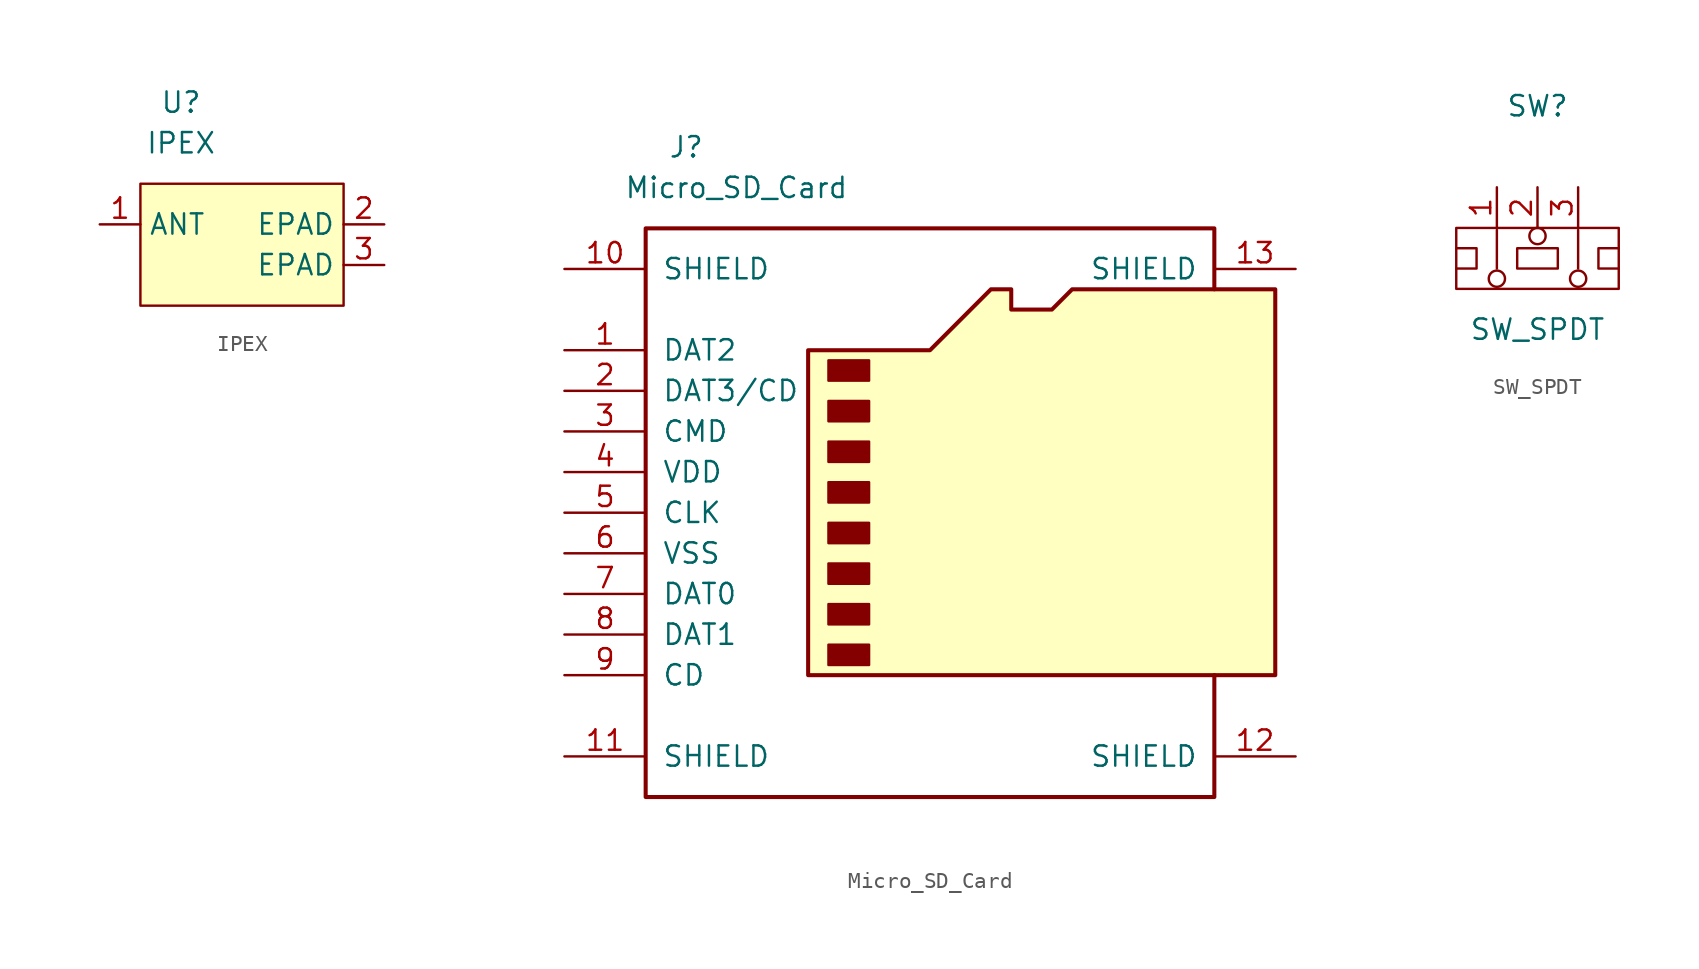
<source format=kicad_sym>
(kicad_symbol_lib
  (version 20211014)
  (generator kicad_symbol_editor)
  (symbol "IPEX"
    (property "Reference" "U"
      (at 5.08 2.54 0)
      (effects (font (size 1.27 1.27))))
    (property "Value" "IPEX"
      (at 5.08 0 0)
      (effects (font (size 1.27 1.27))))
    (symbol "IPEX_0_1"
      (rectangle (start 2.54 -2.54) (end 15.24 -10.16) (stroke (width 0.152) (type default) (color 0 0 0 0)) (fill (type background))))
    (symbol "IPEX_1_1"
      (pin unspecified line (at 0 -5.08 0) (length 2.54) (name "ANT" (effects (font (size 1.27 1.27)))) (number "1" (effects (font (size 1.27 1.27)))))
      (pin unspecified line (at 17.78 -5.08 180) (length 2.54) (name "EPAD" (effects (font (size 1.27 1.27)))) (number "2" (effects (font (size 1.27 1.27)))))
      (pin unspecified line (at 17.78 -7.62 180) (length 2.54) (name "EPAD" (effects (font (size 1.27 1.27)))) (number "3" (effects (font (size 1.27 1.27)))))))
  (symbol "Micro_SD_Card"
    (pin_names
      (offset 1.016))
    (property "Reference" "J"
      (at -15.24 22.86 0)
      (effects (font (size 1.27 1.27))))
    (property "Value" "Micro_SD_Card"
      (at -5.08 20.32 0)
      (effects (font (size 1.27 1.27)) (justify right)))
    (symbol "Micro_SD_Card_0_1"
      (rectangle (start -6.35 -8.255) (end -3.81 -9.525) (stroke (width 0) (type default) (color 0 0 0 0)) (fill (type outline)))
      (rectangle (start -6.35 -5.715) (end -3.81 -6.985) (stroke (width 0) (type default) (color 0 0 0 0)) (fill (type outline)))
      (rectangle (start -6.35 -3.175) (end -3.81 -4.445) (stroke (width 0) (type default) (color 0 0 0 0)) (fill (type outline)))
      (rectangle (start -6.35 -0.635) (end -3.81 -1.905) (stroke (width 0) (type default) (color 0 0 0 0)) (fill (type outline)))
      (rectangle (start -6.35 1.905) (end -3.81 0.635) (stroke (width 0) (type default) (color 0 0 0 0)) (fill (type outline)))
      (rectangle (start -6.35 4.445) (end -3.81 3.175) (stroke (width 0) (type default) (color 0 0 0 0)) (fill (type outline)))
      (rectangle (start -6.35 6.985) (end -3.81 5.715) (stroke (width 0) (type default) (color 0 0 0 0)) (fill (type outline)))
      (rectangle (start -6.35 9.525) (end -3.81 8.255) (stroke (width 0) (type default) (color 0 0 0 0)) (fill (type outline)))
      (polyline (pts (xy 17.78 13.97) (xy 17.78 17.78) (xy -17.78 17.78) (xy -17.78 -17.78) (xy 17.78 -17.78) (xy 17.78 -10.16)) (stroke (width 0.254) (type default) (color 0 0 0 0)) (fill (type none)))
      (polyline (pts (xy -7.62 -10.16) (xy -7.62 10.16) (xy 0 10.16) (xy 3.81 13.97) (xy 5.08 13.97) (xy 5.08 12.7) (xy 7.62 12.7) (xy 8.89 13.97) (xy 21.59 13.97) (xy 21.59 -10.16) (xy -7.62 -10.16)) (stroke (width 0.254) (type default) (color 0 0 0 0)) (fill (type background))))
    (symbol "Micro_SD_Card_1_1"
      (pin bidirectional line (at -22.86 10.16 0) (length 5.08) (name "DAT2" (effects (font (size 1.27 1.27)))) (number "1" (effects (font (size 1.27 1.27)))))
      (pin passive line (at -22.86 15.24 0) (length 5.08) (name "SHIELD" (effects (font (size 1.27 1.27)))) (number "10" (effects (font (size 1.27 1.27)))))
      (pin passive line (at -22.86 -15.24 0) (length 5.08) (name "SHIELD" (effects (font (size 1.27 1.27)))) (number "11" (effects (font (size 1.27 1.27)))))
      (pin passive line (at 22.86 -15.24 180) (length 5.08) (name "SHIELD" (effects (font (size 1.27 1.27)))) (number "12" (effects (font (size 1.27 1.27)))))
      (pin passive line (at 22.86 15.24 180) (length 5.08) (name "SHIELD" (effects (font (size 1.27 1.27)))) (number "13" (effects (font (size 1.27 1.27)))))
      (pin bidirectional line (at -22.86 7.62 0) (length 5.08) (name "DAT3/CD" (effects (font (size 1.27 1.27)))) (number "2" (effects (font (size 1.27 1.27)))))
      (pin input line (at -22.86 5.08 0) (length 5.08) (name "CMD" (effects (font (size 1.27 1.27)))) (number "3" (effects (font (size 1.27 1.27)))))
      (pin power_in line (at -22.86 2.54 0) (length 5.08) (name "VDD" (effects (font (size 1.27 1.27)))) (number "4" (effects (font (size 1.27 1.27)))))
      (pin input line (at -22.86 0 0) (length 5.08) (name "CLK" (effects (font (size 1.27 1.27)))) (number "5" (effects (font (size 1.27 1.27)))))
      (pin power_in line (at -22.86 -2.54 0) (length 5.08) (name "VSS" (effects (font (size 1.27 1.27)))) (number "6" (effects (font (size 1.27 1.27)))))
      (pin bidirectional line (at -22.86 -5.08 0) (length 5.08) (name "DAT0" (effects (font (size 1.27 1.27)))) (number "7" (effects (font (size 1.27 1.27)))))
      (pin bidirectional line (at -22.86 -7.62 0) (length 5.08) (name "DAT1" (effects (font (size 1.27 1.27)))) (number "8" (effects (font (size 1.27 1.27)))))
      (pin bidirectional line (at -22.86 -10.16 0) (length 5.08) (name "CD" (effects (font (size 1.27 1.27)))) (number "9" (effects (font (size 1.27 1.27)))))))
  (symbol "SW_SPDT"
    (pin_names
      (offset 0) hide)
    (property "Reference" "SW"
      (at 0 7.62 0)
      (effects (font (size 1.27 1.27))))
    (property "Value" "SW_SPDT"
      (at 0 -6.35 0)
      (effects (font (size 1.27 1.27))))
    (symbol "SW_SPDT_0_0"
      (circle (center 0 -0.508) (radius 0.508) (stroke (width 0) (type default) (color 0 0 0 0)) (fill (type none)))
      (circle (center 2.54 -3.175) (radius 0.508) (stroke (width 0) (type default) (color 0 0 0 0)) (fill (type none))))
    (symbol "SW_SPDT_0_1"
      (circle (center -2.54 -3.175) (radius 0.508) (stroke (width 0) (type default) (color 0 0 0 0)) (fill (type none)))
      (polyline (pts (xy -2.54 -0.127) (xy -2.54 -2.54)) (stroke (width 0) (type default) (color 0 0 0 0)) (fill (type none)))
      (polyline (pts (xy 2.54 -0.127) (xy 2.54 -2.54)) (stroke (width 0) (type default) (color 0 0 0 0)) (fill (type none)))
      (polyline (pts (xy -5.08 -1.27) (xy -3.81 -1.27) (xy -3.81 -2.54) (xy -5.08 -2.54)) (stroke (width 0) (type default) (color 0 0 0 0)) (fill (type none)))
      (polyline (pts (xy 5.08 -1.27) (xy 3.81 -1.27) (xy 3.81 -2.54) (xy 5.08 -2.54)) (stroke (width 0) (type default) (color 0 0 0 0)) (fill (type none)))
      (polyline (pts (xy -1.27 -1.27) (xy -1.27 -2.54) (xy 1.27 -2.54) (xy 1.27 -1.27) (xy -1.27 -1.27)) (stroke (width 0) (type default) (color 0 0 0 0)) (fill (type none)))
      (polyline (pts (xy -3.81 0) (xy 3.81 0) (xy 5.08 0) (xy 5.08 -3.81) (xy -3.81 -3.81) (xy -5.08 -3.81) (xy -5.08 0) (xy -3.81 0)) (stroke (width 0) (type default) (color 0 0 0 0)) (fill (type none))))
    (symbol "SW_SPDT_1_1"
      (pin passive line (at -2.54 2.54 270) (length 2.54) (name "A" (effects (font (size 1.27 1.27)))) (number "1" (effects (font (size 1.27 1.27)))))
      (pin passive line (at 0 2.54 270) (length 2.54) (name "B" (effects (font (size 1.27 1.27)))) (number "2" (effects (font (size 1.27 1.27)))))
      (pin passive line (at 2.54 2.54 270) (length 2.54) (name "C" (effects (font (size 1.27 1.27)))) (number "3" (effects (font (size 1.27 1.27))))))))
</source>
